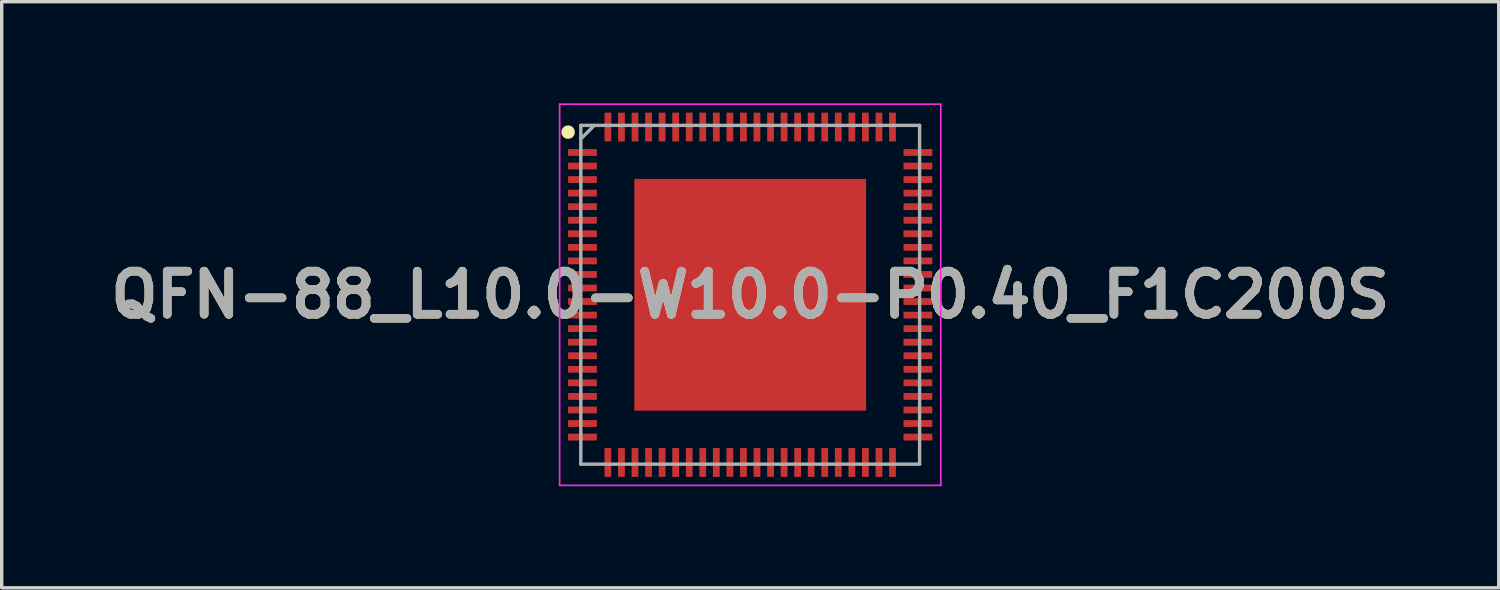
<source format=kicad_pcb>
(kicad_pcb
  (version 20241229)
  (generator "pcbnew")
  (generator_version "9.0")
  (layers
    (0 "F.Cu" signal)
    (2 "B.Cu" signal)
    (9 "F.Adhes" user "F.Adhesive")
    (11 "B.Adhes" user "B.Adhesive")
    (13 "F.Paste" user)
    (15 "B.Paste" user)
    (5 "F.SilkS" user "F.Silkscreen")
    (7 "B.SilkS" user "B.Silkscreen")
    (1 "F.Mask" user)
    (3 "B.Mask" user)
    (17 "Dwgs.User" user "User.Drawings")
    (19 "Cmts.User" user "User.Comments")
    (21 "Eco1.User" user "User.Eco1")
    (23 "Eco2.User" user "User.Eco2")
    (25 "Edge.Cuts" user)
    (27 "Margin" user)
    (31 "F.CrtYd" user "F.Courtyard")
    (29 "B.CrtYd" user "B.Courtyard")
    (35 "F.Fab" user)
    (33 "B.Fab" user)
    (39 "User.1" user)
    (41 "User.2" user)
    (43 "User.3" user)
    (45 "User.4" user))
  (footprint "QFN-88_L10.0-W10.0-P0.40_F1C200S"
    (layer "F.Cu")
    (at 19.092 5.65)
    (property "Reference" "QFN-88_L10.0-W10.0-P0.40_F1C200S" (at 0 0 0) (layer "F.SilkS") (effects (font (size 1.27 1.27) (thickness 0.254))))
    (attr smd)
    (fp_circle (center -5.375 -4.8) (end -5.375 -4.7) (stroke (width 0.2) (type solid)) (fill no) (layer "F.SilkS"))
    (fp_line (start -5.625 -5.625) (end 5.625 -5.625) (stroke (width 0.05) (type solid)) (layer "F.CrtYd"))
    (fp_line (start -5.625 5.625) (end -5.625 -5.625) (stroke (width 0.05) (type solid)) (layer "F.CrtYd"))
    (fp_line (start 5.625 -5.625) (end 5.625 5.625) (stroke (width 0.05) (type solid)) (layer "F.CrtYd"))
    (fp_line (start 5.625 5.625) (end -5.625 5.625) (stroke (width 0.05) (type solid)) (layer "F.CrtYd"))
    (fp_line (start -5 -5) (end 5 -5) (stroke (width 0.1) (type solid)) (layer "F.Fab"))
    (fp_line (start -5 -4.6) (end -4.6 -5) (stroke (width 0.1) (type solid)) (layer "F.Fab"))
    (fp_line (start -5 5) (end -5 -5) (stroke (width 0.1) (type solid)) (layer "F.Fab"))
    (fp_line (start 5 -5) (end 5 5) (stroke (width 0.1) (type solid)) (layer "F.Fab"))
    (fp_line (start 5 5) (end -5 5) (stroke (width 0.1) (type solid)) (layer "F.Fab"))
    (fp_text user "${REFERENCE}" (at 0 0 0) (layer "F.Fab") (effects (font (size 1.27 1.27) (thickness 0.254))))
    (pad "1" smd rect (at -4.95 -4.2 90) (size 0.2 0.85) (layers "F.Cu" "F.Mask" "F.Paste"))
    (pad "2" smd rect (at -4.95 -3.8 90) (size 0.2 0.85) (layers "F.Cu" "F.Mask" "F.Paste"))
    (pad "3" smd rect (at -4.95 -3.4 90) (size 0.2 0.85) (layers "F.Cu" "F.Mask" "F.Paste"))
    (pad "4" smd rect (at -4.95 -3 90) (size 0.2 0.85) (layers "F.Cu" "F.Mask" "F.Paste"))
    (pad "5" smd rect (at -4.95 -2.6 90) (size 0.2 0.85) (layers "F.Cu" "F.Mask" "F.Paste"))
    (pad "6" smd rect (at -4.95 -2.2 90) (size 0.2 0.85) (layers "F.Cu" "F.Mask" "F.Paste"))
    (pad "7" smd rect (at -4.95 -1.8 90) (size 0.2 0.85) (layers "F.Cu" "F.Mask" "F.Paste"))
    (pad "8" smd rect (at -4.95 -1.4 90) (size 0.2 0.85) (layers "F.Cu" "F.Mask" "F.Paste"))
    (pad "9" smd rect (at -4.95 -1 90) (size 0.2 0.85) (layers "F.Cu" "F.Mask" "F.Paste"))
    (pad "10" smd rect (at -4.95 -0.6 90) (size 0.2 0.85) (layers "F.Cu" "F.Mask" "F.Paste"))
    (pad "11" smd rect (at -4.95 -0.2 90) (size 0.2 0.85) (layers "F.Cu" "F.Mask" "F.Paste"))
    (pad "12" smd rect (at -4.95 0.2 90) (size 0.2 0.85) (layers "F.Cu" "F.Mask" "F.Paste"))
    (pad "13" smd rect (at -4.95 0.6 90) (size 0.2 0.85) (layers "F.Cu" "F.Mask" "F.Paste"))
    (pad "14" smd rect (at -4.95 1 90) (size 0.2 0.85) (layers "F.Cu" "F.Mask" "F.Paste"))
    (pad "15" smd rect (at -4.95 1.4 90) (size 0.2 0.85) (layers "F.Cu" "F.Mask" "F.Paste"))
    (pad "16" smd rect (at -4.95 1.8 90) (size 0.2 0.85) (layers "F.Cu" "F.Mask" "F.Paste"))
    (pad "17" smd rect (at -4.95 2.2 90) (size 0.2 0.85) (layers "F.Cu" "F.Mask" "F.Paste"))
    (pad "18" smd rect (at -4.95 2.6 90) (size 0.2 0.85) (layers "F.Cu" "F.Mask" "F.Paste"))
    (pad "19" smd rect (at -4.95 3 90) (size 0.2 0.85) (layers "F.Cu" "F.Mask" "F.Paste"))
    (pad "20" smd rect (at -4.95 3.4 90) (size 0.2 0.85) (layers "F.Cu" "F.Mask" "F.Paste"))
    (pad "21" smd rect (at -4.95 3.8 90) (size 0.2 0.85) (layers "F.Cu" "F.Mask" "F.Paste"))
    (pad "22" smd rect (at -4.95 4.2 90) (size 0.2 0.85) (layers "F.Cu" "F.Mask" "F.Paste"))
    (pad "23" smd rect (at -4.2 4.95) (size 0.2 0.85) (layers "F.Cu" "F.Mask" "F.Paste"))
    (pad "24" smd rect (at -3.8 4.95) (size 0.2 0.85) (layers "F.Cu" "F.Mask" "F.Paste"))
    (pad "25" smd rect (at -3.4 4.95) (size 0.2 0.85) (layers "F.Cu" "F.Mask" "F.Paste"))
    (pad "26" smd rect (at -3 4.95) (size 0.2 0.85) (layers "F.Cu" "F.Mask" "F.Paste"))
    (pad "27" smd rect (at -2.6 4.95) (size 0.2 0.85) (layers "F.Cu" "F.Mask" "F.Paste"))
    (pad "28" smd rect (at -2.2 4.95) (size 0.2 0.85) (layers "F.Cu" "F.Mask" "F.Paste"))
    (pad "29" smd rect (at -1.8 4.95) (size 0.2 0.85) (layers "F.Cu" "F.Mask" "F.Paste"))
    (pad "30" smd rect (at -1.4 4.95) (size 0.2 0.85) (layers "F.Cu" "F.Mask" "F.Paste"))
    (pad "31" smd rect (at -1 4.95) (size 0.2 0.85) (layers "F.Cu" "F.Mask" "F.Paste"))
    (pad "32" smd rect (at -0.6 4.95) (size 0.2 0.85) (layers "F.Cu" "F.Mask" "F.Paste"))
    (pad "33" smd rect (at -0.2 4.95) (size 0.2 0.85) (layers "F.Cu" "F.Mask" "F.Paste"))
    (pad "34" smd rect (at 0.2 4.95) (size 0.2 0.85) (layers "F.Cu" "F.Mask" "F.Paste"))
    (pad "35" smd rect (at 0.6 4.95) (size 0.2 0.85) (layers "F.Cu" "F.Mask" "F.Paste"))
    (pad "36" smd rect (at 1 4.95) (size 0.2 0.85) (layers "F.Cu" "F.Mask" "F.Paste"))
    (pad "37" smd rect (at 1.4 4.95) (size 0.2 0.85) (layers "F.Cu" "F.Mask" "F.Paste"))
    (pad "38" smd rect (at 1.8 4.95) (size 0.2 0.85) (layers "F.Cu" "F.Mask" "F.Paste"))
    (pad "39" smd rect (at 2.2 4.95) (size 0.2 0.85) (layers "F.Cu" "F.Mask" "F.Paste"))
    (pad "40" smd rect (at 2.6 4.95) (size 0.2 0.85) (layers "F.Cu" "F.Mask" "F.Paste"))
    (pad "41" smd rect (at 3 4.95) (size 0.2 0.85) (layers "F.Cu" "F.Mask" "F.Paste"))
    (pad "42" smd rect (at 3.4 4.95) (size 0.2 0.85) (layers "F.Cu" "F.Mask" "F.Paste"))
    (pad "43" smd rect (at 3.8 4.95) (size 0.2 0.85) (layers "F.Cu" "F.Mask" "F.Paste"))
    (pad "44" smd rect (at 4.2 4.95) (size 0.2 0.85) (layers "F.Cu" "F.Mask" "F.Paste"))
    (pad "45" smd rect (at 4.95 4.2 90) (size 0.2 0.85) (layers "F.Cu" "F.Mask" "F.Paste"))
    (pad "46" smd rect (at 4.95 3.8 90) (size 0.2 0.85) (layers "F.Cu" "F.Mask" "F.Paste"))
    (pad "47" smd rect (at 4.95 3.4 90) (size 0.2 0.85) (layers "F.Cu" "F.Mask" "F.Paste"))
    (pad "48" smd rect (at 4.95 3 90) (size 0.2 0.85) (layers "F.Cu" "F.Mask" "F.Paste"))
    (pad "49" smd rect (at 4.95 2.6 90) (size 0.2 0.85) (layers "F.Cu" "F.Mask" "F.Paste"))
    (pad "50" smd rect (at 4.95 2.2 90) (size 0.2 0.85) (layers "F.Cu" "F.Mask" "F.Paste"))
    (pad "51" smd rect (at 4.95 1.8 90) (size 0.2 0.85) (layers "F.Cu" "F.Mask" "F.Paste"))
    (pad "52" smd rect (at 4.95 1.4 90) (size 0.2 0.85) (layers "F.Cu" "F.Mask" "F.Paste"))
    (pad "53" smd rect (at 4.95 1 90) (size 0.2 0.85) (layers "F.Cu" "F.Mask" "F.Paste"))
    (pad "54" smd rect (at 4.95 0.6 90) (size 0.2 0.85) (layers "F.Cu" "F.Mask" "F.Paste"))
    (pad "55" smd rect (at 4.95 0.2 90) (size 0.2 0.85) (layers "F.Cu" "F.Mask" "F.Paste"))
    (pad "56" smd rect (at 4.95 -0.2 90) (size 0.2 0.85) (layers "F.Cu" "F.Mask" "F.Paste"))
    (pad "57" smd rect (at 4.95 -0.6 90) (size 0.2 0.85) (layers "F.Cu" "F.Mask" "F.Paste"))
    (pad "58" smd rect (at 4.95 -1 90) (size 0.2 0.85) (layers "F.Cu" "F.Mask" "F.Paste"))
    (pad "59" smd rect (at 4.95 -1.4 90) (size 0.2 0.85) (layers "F.Cu" "F.Mask" "F.Paste"))
    (pad "60" smd rect (at 4.95 -1.8 90) (size 0.2 0.85) (layers "F.Cu" "F.Mask" "F.Paste"))
    (pad "61" smd rect (at 4.95 -2.2 90) (size 0.2 0.85) (layers "F.Cu" "F.Mask" "F.Paste"))
    (pad "62" smd rect (at 4.95 -2.6 90) (size 0.2 0.85) (layers "F.Cu" "F.Mask" "F.Paste"))
    (pad "63" smd rect (at 4.95 -3 90) (size 0.2 0.85) (layers "F.Cu" "F.Mask" "F.Paste"))
    (pad "64" smd rect (at 4.95 -3.4 90) (size 0.2 0.85) (layers "F.Cu" "F.Mask" "F.Paste"))
    (pad "65" smd rect (at 4.95 -3.8 90) (size 0.2 0.85) (layers "F.Cu" "F.Mask" "F.Paste"))
    (pad "66" smd rect (at 4.95 -4.2 90) (size 0.2 0.85) (layers "F.Cu" "F.Mask" "F.Paste"))
    (pad "67" smd rect (at 4.2 -4.95) (size 0.2 0.85) (layers "F.Cu" "F.Mask" "F.Paste"))
    (pad "68" smd rect (at 3.8 -4.95) (size 0.2 0.85) (layers "F.Cu" "F.Mask" "F.Paste"))
    (pad "69" smd rect (at 3.4 -4.95) (size 0.2 0.85) (layers "F.Cu" "F.Mask" "F.Paste"))
    (pad "70" smd rect (at 3 -4.95) (size 0.2 0.85) (layers "F.Cu" "F.Mask" "F.Paste"))
    (pad "71" smd rect (at 2.6 -4.95) (size 0.2 0.85) (layers "F.Cu" "F.Mask" "F.Paste"))
    (pad "72" smd rect (at 2.2 -4.95) (size 0.2 0.85) (layers "F.Cu" "F.Mask" "F.Paste"))
    (pad "73" smd rect (at 1.8 -4.95) (size 0.2 0.85) (layers "F.Cu" "F.Mask" "F.Paste"))
    (pad "74" smd rect (at 1.4 -4.95) (size 0.2 0.85) (layers "F.Cu" "F.Mask" "F.Paste"))
    (pad "75" smd rect (at 1 -4.95) (size 0.2 0.85) (layers "F.Cu" "F.Mask" "F.Paste"))
    (pad "76" smd rect (at 0.6 -4.95) (size 0.2 0.85) (layers "F.Cu" "F.Mask" "F.Paste"))
    (pad "77" smd rect (at 0.2 -4.95) (size 0.2 0.85) (layers "F.Cu" "F.Mask" "F.Paste"))
    (pad "78" smd rect (at -0.2 -4.95) (size 0.2 0.85) (layers "F.Cu" "F.Mask" "F.Paste"))
    (pad "79" smd rect (at -0.6 -4.95) (size 0.2 0.85) (layers "F.Cu" "F.Mask" "F.Paste"))
    (pad "80" smd rect (at -1 -4.95) (size 0.2 0.85) (layers "F.Cu" "F.Mask" "F.Paste"))
    (pad "81" smd rect (at -1.4 -4.95) (size 0.2 0.85) (layers "F.Cu" "F.Mask" "F.Paste"))
    (pad "82" smd rect (at -1.8 -4.95) (size 0.2 0.85) (layers "F.Cu" "F.Mask" "F.Paste"))
    (pad "83" smd rect (at -2.2 -4.95) (size 0.2 0.85) (layers "F.Cu" "F.Mask" "F.Paste"))
    (pad "84" smd rect (at -2.6 -4.95) (size 0.2 0.85) (layers "F.Cu" "F.Mask" "F.Paste"))
    (pad "85" smd rect (at -3 -4.95) (size 0.2 0.85) (layers "F.Cu" "F.Mask" "F.Paste"))
    (pad "86" smd rect (at -3.4 -4.95) (size 0.2 0.85) (layers "F.Cu" "F.Mask" "F.Paste"))
    (pad "87" smd rect (at -3.8 -4.95) (size 0.2 0.85) (layers "F.Cu" "F.Mask" "F.Paste"))
    (pad "88" smd rect (at -4.2 -4.95) (size 0.2 0.85) (layers "F.Cu" "F.Mask" "F.Paste"))
    (pad "89" smd rect (at 0 0) (size 6.84 6.84) (layers "F.Cu" "F.Mask" "F.Paste")))
  (gr_rect
    (start -3 -3)
    (end 41.185 14.3)
    (stroke (width 0.1) (type default))
    (fill no)
    (layer "Edge.Cuts")))
</source>
